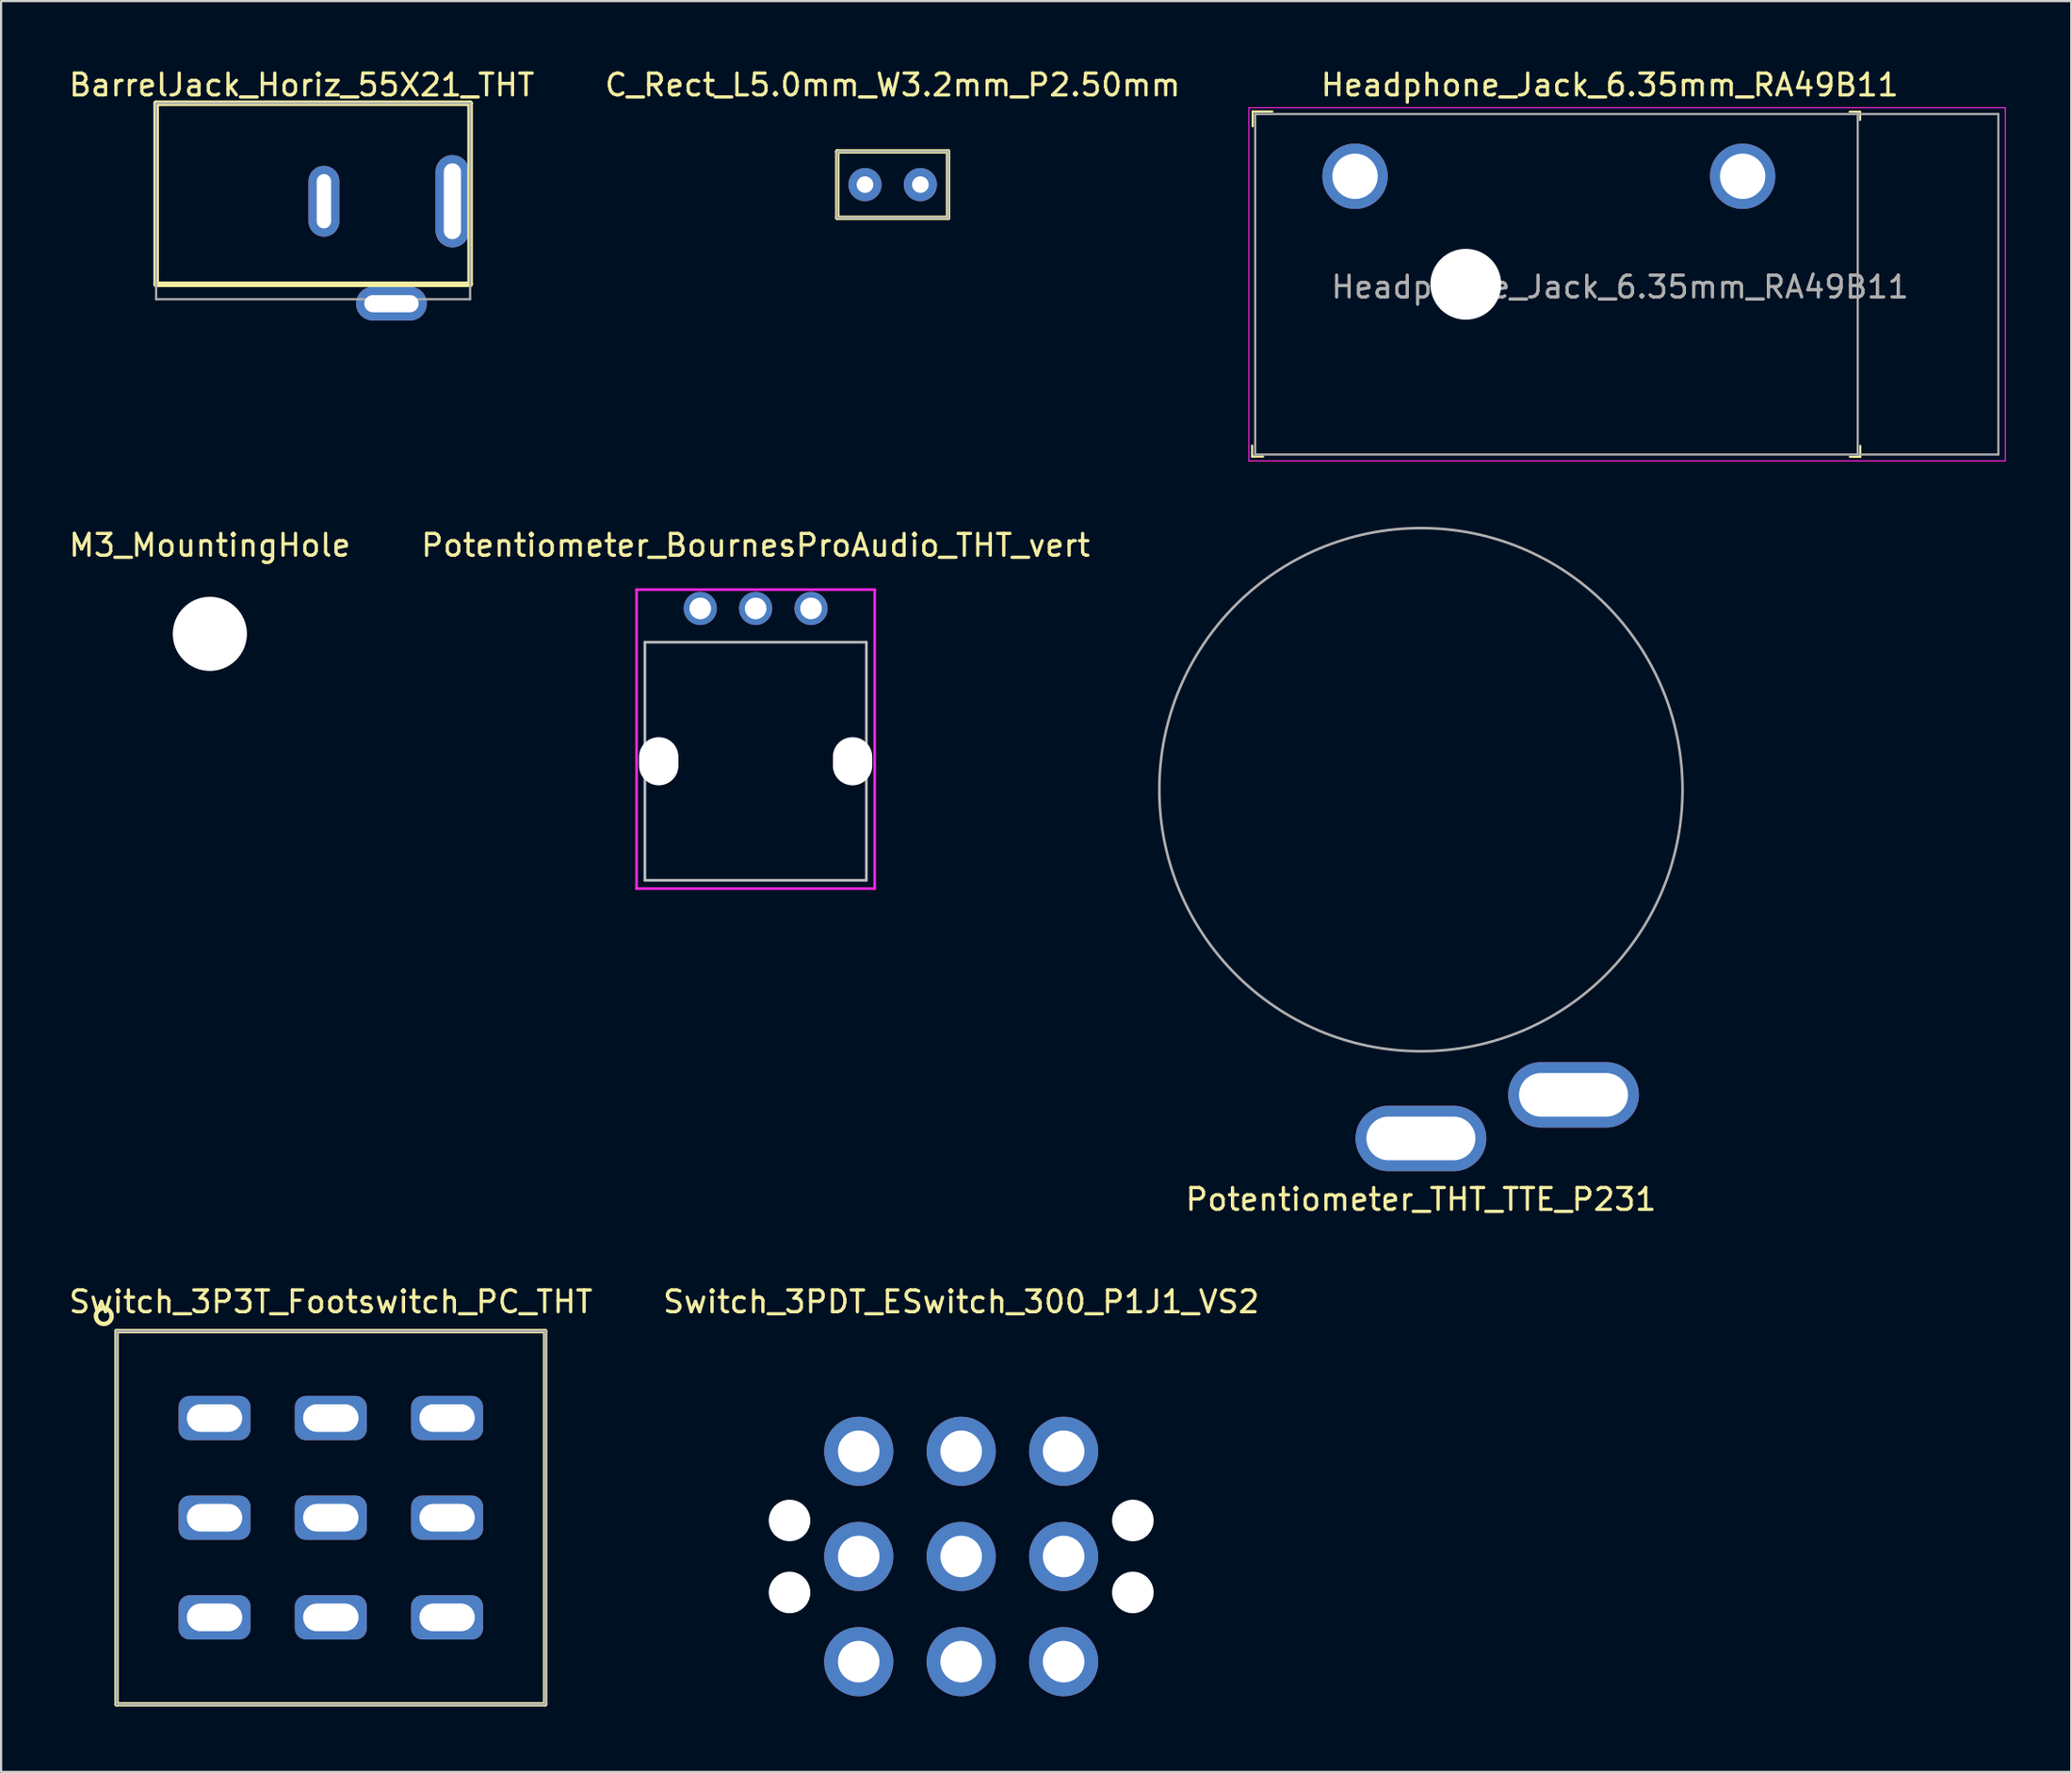
<source format=kicad_pcb>
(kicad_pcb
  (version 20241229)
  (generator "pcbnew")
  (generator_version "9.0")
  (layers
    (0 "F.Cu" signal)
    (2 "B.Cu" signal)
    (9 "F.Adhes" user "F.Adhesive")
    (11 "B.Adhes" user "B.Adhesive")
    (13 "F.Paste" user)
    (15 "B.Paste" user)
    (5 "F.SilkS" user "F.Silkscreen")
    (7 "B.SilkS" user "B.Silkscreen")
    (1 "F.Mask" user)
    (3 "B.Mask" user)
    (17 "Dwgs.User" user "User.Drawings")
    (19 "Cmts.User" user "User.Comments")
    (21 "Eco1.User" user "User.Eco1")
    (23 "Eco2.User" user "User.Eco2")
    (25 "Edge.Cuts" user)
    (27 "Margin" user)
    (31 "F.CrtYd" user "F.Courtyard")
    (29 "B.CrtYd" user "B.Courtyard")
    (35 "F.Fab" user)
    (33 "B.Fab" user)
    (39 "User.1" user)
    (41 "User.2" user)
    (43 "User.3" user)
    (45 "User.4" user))
  (footprint "M3_MountingHole"
    (layer "F.Cu")
    (at 6.577 26.029)
    (property "Reference" "M3_MountingHole" (at 0 -4.064 0) (layer "F.SilkS") (effects (font (size 1 1) (thickness 0.15))))
    (attr through_hole)
    (pad "" np_thru_hole circle (at 0 0) (size 3.4 3.4) (drill 3.4) (layers "*.Cu" "*.Mask")))
  (footprint "Headphone_Jack_6.35mm_RA49B11"
    (layer "F.Cu")
    (at 70.793 10.246)
    (property "Reference" "Headphone_Jack_6.35mm_RA49B11" (at 0 -9.398 0) (layer "F.SilkS") (effects (font (size 1 1) (thickness 0.15))))
    (attr through_hole)
    (fp_line (start -16.404 7.646) (end -16.404 7.146) (stroke (width 0.1) (type solid)) (layer "F.SilkS"))
    (fp_line (start -16.404 7.646) (end -15.904 7.646) (stroke (width 0.1) (type solid)) (layer "F.SilkS"))
    (fp_line (start -16.379 -8.179) (end -16.379 -7.504) (stroke (width 0.1) (type solid)) (layer "F.SilkS"))
    (fp_line (start -15.479 -8.179) (end -16.379 -8.179) (stroke (width 0.1) (type solid)) (layer "F.SilkS"))
    (fp_line (start 11.007 -8.171) (end 11.482 -8.171) (stroke (width 0.1) (type solid)) (layer "F.SilkS"))
    (fp_line (start 11.482 -8.171) (end 11.482 -7.796) (stroke (width 0.1) (type solid)) (layer "F.SilkS"))
    (fp_line (start 11.492 7.158) (end 11.492 7.658) (stroke (width 0.1) (type solid)) (layer "F.SilkS"))
    (fp_line (start 11.492 7.658) (end 11.017 7.658) (stroke (width 0.1) (type solid)) (layer "F.SilkS"))
    (fp_line (start -16.554 -8.354) (end -16.554 7.846) (stroke (width 0.05) (type solid)) (layer "F.CrtYd"))
    (fp_line (start -16.554 -8.354) (end 18.146 -8.354) (stroke (width 0.05) (type solid)) (layer "F.CrtYd"))
    (fp_line (start 18.146 -8.354) (end 18.146 7.846) (stroke (width 0.05) (type solid)) (layer "F.CrtYd"))
    (fp_line (start 18.146 7.846) (end -16.554 7.846) (stroke (width 0.05) (type solid)) (layer "F.CrtYd"))
    (fp_line (start -16.264 -8.064) (end -16.264 7.556) (stroke (width 0.1) (type solid)) (layer "F.Fab"))
    (fp_line (start -16.264 -8.064) (end 17.826 -8.064) (stroke (width 0.1) (type solid)) (layer "F.Fab"))
    (fp_line (start -16.264 7.556) (end 17.826 7.556) (stroke (width 0.1) (type solid)) (layer "F.Fab"))
    (fp_line (start 11.376 -8.064) (end 11.376 7.556) (stroke (width 0.1) (type solid)) (layer "F.Fab"))
    (fp_line (start 17.826 -8.064) (end 17.826 7.556) (stroke (width 0.1) (type solid)) (layer "F.Fab"))
    (fp_text user "${REFERENCE}" (at 0.471 -0.129 0) (layer "F.Fab") (effects (font (size 1 1) (thickness 0.15))))
    (pad "" np_thru_hole circle (at -6.604 -0.254) (size 3.25 3.25) (drill 3.25) (layers "*.Cu" "*.Mask"))
    (pad "S" thru_hole circle (at 6.096 -5.209) (size 3 3) (drill 2.08) (layers "*.Cu" "*.Mask"))
    (pad "T" thru_hole circle (at -11.684 -5.209) (size 3 3) (drill 2.08) (layers "*.Cu" "*.Mask")))
  (footprint "BarrelJack_Horiz_55X21_THT"
    (layer "F.Cu")
    (at 10.792 6.182)
    (property "Reference" "BarrelJack_Horiz_55X21_THT" (at 0 -5.334 0) (layer "F.SilkS") (effects (font (size 1 1) (thickness 0.15))))
    (attr through_hole)
    (fp_line (start -6.68 -4.496) (end -6.68 3.81) (stroke (width 0.254) (type solid)) (layer "F.SilkS"))
    (fp_line (start -6.68 -4.496) (end 7.722 -4.496) (stroke (width 0.254) (type solid)) (layer "F.SilkS"))
    (fp_line (start -6.68 3.81) (end 7.722 3.81) (stroke (width 0.254) (type solid)) (layer "F.SilkS"))
    (fp_line (start 7.722 -4.496) (end 7.722 3.81) (stroke (width 0.254) (type solid)) (layer "F.SilkS"))
    (fp_line (start -6.68 -4.496) (end -6.68 4.496) (stroke (width 0.102) (type solid)) (layer "F.Fab"))
    (fp_line (start -6.68 -4.496) (end 7.722 -4.496) (stroke (width 0.102) (type solid)) (layer "F.Fab"))
    (fp_line (start -6.68 4.496) (end 7.722 4.496) (stroke (width 0.102) (type solid)) (layer "F.Fab"))
    (fp_line (start 7.722 -4.496) (end 7.722 4.496) (stroke (width 0.102) (type solid)) (layer "F.Fab"))
    (pad "1" thru_hole oval (at 6.909 0) (size 1.549 4.242) (drill oval 0.787 3.48) (layers "*.Cu" "*.Mask"))
    (pad "2" thru_hole oval (at 1.016 0) (size 1.422 3.251) (drill oval 0.66 2.489) (layers "*.Cu" "*.Mask"))
    (pad "3" thru_hole oval (at 4.115 4.699 90) (size 1.549 3.251) (drill oval 0.787 2.489) (layers "*.Cu" "*.Mask")))
  (footprint "C_Rect_L5.0mm_W3.2mm_P2.50mm"
    (layer "F.Cu")
    (at 37.899 5.42)
    (property "Reference" "C_Rect_L5.0mm_W3.2mm_P2.50mm" (at 0 -4.572 0) (layer "F.SilkS") (effects (font (size 1 1) (thickness 0.15))))
    (attr through_hole)
    (fp_line (start -2.54 -1.524) (end -2.54 1.524) (stroke (width 0.203) (type solid)) (layer "F.SilkS"))
    (fp_line (start -2.54 -1.524) (end 2.54 -1.524) (stroke (width 0.203) (type solid)) (layer "F.SilkS"))
    (fp_line (start -2.54 1.524) (end 2.54 1.524) (stroke (width 0.203) (type solid)) (layer "F.SilkS"))
    (fp_line (start 2.54 -1.524) (end 2.54 1.524) (stroke (width 0.203) (type solid)) (layer "F.SilkS"))
    (fp_line (start -2.54 -1.524) (end -2.54 1.524) (stroke (width 0.102) (type solid)) (layer "F.Fab"))
    (fp_line (start -2.54 -1.524) (end 2.54 -1.524) (stroke (width 0.102) (type solid)) (layer "F.Fab"))
    (fp_line (start -2.54 1.524) (end 2.54 1.524) (stroke (width 0.102) (type solid)) (layer "F.Fab"))
    (fp_line (start 2.54 -1.524) (end 2.54 1.524) (stroke (width 0.102) (type solid)) (layer "F.Fab"))
    (pad "1" thru_hole circle (at -1.27 0) (size 1.524 1.524) (drill 0.762) (layers "*.Cu" "*.Mask"))
    (pad "2" thru_hole circle (at 1.27 0) (size 1.524 1.524) (drill 0.762) (layers "*.Cu" "*.Mask")))
  (footprint "Potentiometer_BournesProAudio_THT_vert"
    (layer "F.Cu")
    (at 31.613 31.872)
    (property "Reference" "Potentiometer_BournesProAudio_THT_vert" (at 0 -9.906 0) (layer "F.SilkS") (effects (font (size 1 1) (thickness 0.15))))
    (attr through_hole)
    (fp_line (start -5.08 -5.461) (end 5.08 -5.461) (stroke (width 0.12) (type solid)) (layer "Dwgs.User"))
    (fp_line (start -5.08 5.461) (end -5.08 -5.461) (stroke (width 0.12) (type solid)) (layer "Dwgs.User"))
    (fp_line (start 5.08 -5.461) (end 5.08 5.461) (stroke (width 0.12) (type solid)) (layer "Dwgs.User"))
    (fp_line (start 5.08 5.461) (end -5.08 5.461) (stroke (width 0.12) (type solid)) (layer "Dwgs.User"))
    (fp_line (start -5.461 5.842) (end -5.461 -7.874) (stroke (width 0.12) (type solid)) (layer "F.CrtYd"))
    (fp_line (start 5.461 -7.874) (end -5.461 -7.874) (stroke (width 0.12) (type solid)) (layer "F.CrtYd"))
    (fp_line (start 5.461 5.842) (end -5.461 5.842) (stroke (width 0.12) (type solid)) (layer "F.CrtYd"))
    (fp_line (start 5.461 5.842) (end 5.461 -7.874) (stroke (width 0.12) (type solid)) (layer "F.CrtYd"))
    (pad "" np_thru_hole oval (at -4.445 0) (size 1.803 2.21) (drill oval 1.803 2.21) (layers "*.Cu" "*.Mask"))
    (pad "" np_thru_hole oval (at 4.445 0) (size 1.803 2.21) (drill oval 1.803 2.21) (layers "*.Cu" "*.Mask"))
    (pad "1" thru_hole circle (at 2.54 -7.01) (size 1.524 1.524) (drill 0.991) (layers "*.Cu" "*.Mask"))
    (pad "2" thru_hole circle (at 0 -7.01) (size 1.524 1.524) (drill 0.991) (layers "*.Cu" "*.Mask"))
    (pad "3" thru_hole circle (at -2.54 -7.01) (size 1.524 1.524) (drill 0.991) (layers "*.Cu" "*.Mask")))
  (footprint "Switch_3P3T_Footswitch_PC_THT"
    (layer "F.Cu")
    (at 12.125 66.576)
    (property "Reference" "Switch_3P3T_Footswitch_PC_THT" (at 0 -9.906 0) (layer "F.SilkS") (effects (font (size 1 1) (thickness 0.15))))
    (attr through_hole)
    (fp_line (start -9.83 -8.56) (end 9.83 -8.56) (stroke (width 0.203) (type solid)) (layer "F.SilkS"))
    (fp_line (start -9.83 8.56) (end -9.83 -8.56) (stroke (width 0.203) (type solid)) (layer "F.SilkS"))
    (fp_line (start -9.83 8.56) (end 9.83 8.56) (stroke (width 0.203) (type solid)) (layer "F.SilkS"))
    (fp_line (start 9.83 8.56) (end 9.83 -8.56) (stroke (width 0.203) (type solid)) (layer "F.SilkS"))
    (fp_circle (center -10.414 -9.249) (end -10.055 -9.249) (stroke (width 0.203) (type solid)) (fill no) (layer "F.SilkS"))
    (fp_line (start -9.83 -8.56) (end 9.83 -8.56) (stroke (width 0.12) (type solid)) (layer "F.Fab"))
    (fp_line (start -9.83 8.56) (end -9.83 -8.56) (stroke (width 0.12) (type solid)) (layer "F.Fab"))
    (fp_line (start -9.83 8.56) (end 9.83 8.56) (stroke (width 0.12) (type solid)) (layer "F.Fab"))
    (fp_line (start 9.83 8.56) (end 9.83 -8.56) (stroke (width 0.12) (type solid)) (layer "F.Fab"))
    (pad "1" thru_hole roundrect (at -5.334 -4.572) (size 3.302 2.032) (drill oval 2.54 1.27) (layers "*.Cu" "*.Mask") (roundrect_rratio 0.25))
    (pad "2" thru_hole roundrect (at 0 -4.572) (size 3.302 2.032) (drill oval 2.54 1.27) (layers "*.Cu" "*.Mask") (roundrect_rratio 0.25))
    (pad "3" thru_hole roundrect (at 5.334 -4.572) (size 3.302 2.032) (drill oval 2.54 1.27) (layers "*.Cu" "*.Mask") (roundrect_rratio 0.25))
    (pad "4" thru_hole roundrect (at -5.334 0) (size 3.302 2.032) (drill oval 2.54 1.27) (layers "*.Cu" "*.Mask") (roundrect_rratio 0.25))
    (pad "5" thru_hole roundrect (at 0 0) (size 3.302 2.032) (drill oval 2.54 1.27) (layers "*.Cu" "*.Mask") (roundrect_rratio 0.25))
    (pad "6" thru_hole roundrect (at 5.334 0) (size 3.302 2.032) (drill oval 2.54 1.27) (layers "*.Cu" "*.Mask") (roundrect_rratio 0.25))
    (pad "7" thru_hole roundrect (at -5.334 4.572) (size 3.302 2.032) (drill oval 2.54 1.27) (layers "*.Cu" "*.Mask") (roundrect_rratio 0.25))
    (pad "8" thru_hole roundrect (at 0 4.572) (size 3.302 2.032) (drill oval 2.54 1.27) (layers "*.Cu" "*.Mask") (roundrect_rratio 0.25))
    (pad "9" thru_hole roundrect (at 5.334 4.572) (size 3.302 2.032) (drill oval 2.54 1.27) (layers "*.Cu" "*.Mask") (roundrect_rratio 0.25)))
  (footprint "Switch_3PDT_ESwitch_300_P1J1_VS2"
    (layer "F.Cu")
    (at 41.042 68.354)
    (property "Reference" "Switch_3PDT_ESwitch_300_P1J1_VS2" (at 0 -11.684 0) (layer "F.SilkS") (effects (font (size 1 1) (thickness 0.15))))
    (attr through_hole)
    (pad "" np_thru_hole circle (at -7.874 -1.651) (size 1.905 1.905) (drill 1.905) (layers "*.Cu" "*.Mask"))
    (pad "" np_thru_hole circle (at -7.874 1.651) (size 1.905 1.905) (drill 1.905) (layers "*.Cu" "*.Mask"))
    (pad "" np_thru_hole circle (at 7.874 -1.651) (size 1.905 1.905) (drill 1.905) (layers "*.Cu" "*.Mask"))
    (pad "" np_thru_hole circle (at 7.874 1.651) (size 1.905 1.905) (drill 1.905) (layers "*.Cu" "*.Mask"))
    (pad "1" thru_hole circle (at -4.699 -4.826) (size 3.175 3.175) (drill 1.905) (layers "*.Cu" "*.Mask"))
    (pad "2" thru_hole circle (at 0 -4.826) (size 3.175 3.175) (drill 1.905) (layers "*.Cu" "*.Mask"))
    (pad "3" thru_hole circle (at 4.699 -4.826) (size 3.175 3.175) (drill 1.905) (layers "*.Cu" "*.Mask"))
    (pad "4" thru_hole circle (at -4.699 0) (size 3.175 3.175) (drill 1.905) (layers "*.Cu" "*.Mask"))
    (pad "5" thru_hole circle (at 0 0) (size 3.175 3.175) (drill 1.905) (layers "*.Cu" "*.Mask"))
    (pad "6" thru_hole circle (at 4.699 0) (size 3.175 3.175) (drill 1.905) (layers "*.Cu" "*.Mask"))
    (pad "7" thru_hole circle (at -4.699 4.826) (size 3.175 3.175) (drill 1.905) (layers "*.Cu" "*.Mask"))
    (pad "8" thru_hole circle (at 0 4.826) (size 3.175 3.175) (drill 1.905) (layers "*.Cu" "*.Mask"))
    (pad "9" thru_hole circle (at 4.699 4.826) (size 3.175 3.175) (drill 1.905) (layers "*.Cu" "*.Mask")))
  (footprint "Potentiometer_THT_TTE_P231"
    (layer "F.Cu")
    (at 62.131 33.177)
    (property "Reference" "Potentiometer_THT_TTE_P231" (at 0 18.796 0) (layer "F.SilkS") (effects (font (size 1 1) (thickness 0.15))))
    (attr through_hole)
    (fp_circle (center 0 0) (end 12 0) (stroke (width 0.12) (type solid)) (fill no) (layer "F.Fab"))
    (pad "2" thru_hole oval (at 0 16) (size 6 3) (drill oval 5 2) (layers "*.Cu" "*.Mask"))
    (pad "2" thru_hole oval (at 7 14) (size 6 3) (drill oval 5 2) (layers "*.Cu" "*.Mask")))
  (gr_rect
    (start -3 -3)
    (end 91.964 78.237)
    (stroke (width 0.1) (type default))
    (fill no)
    (layer "Edge.Cuts")))
</source>
